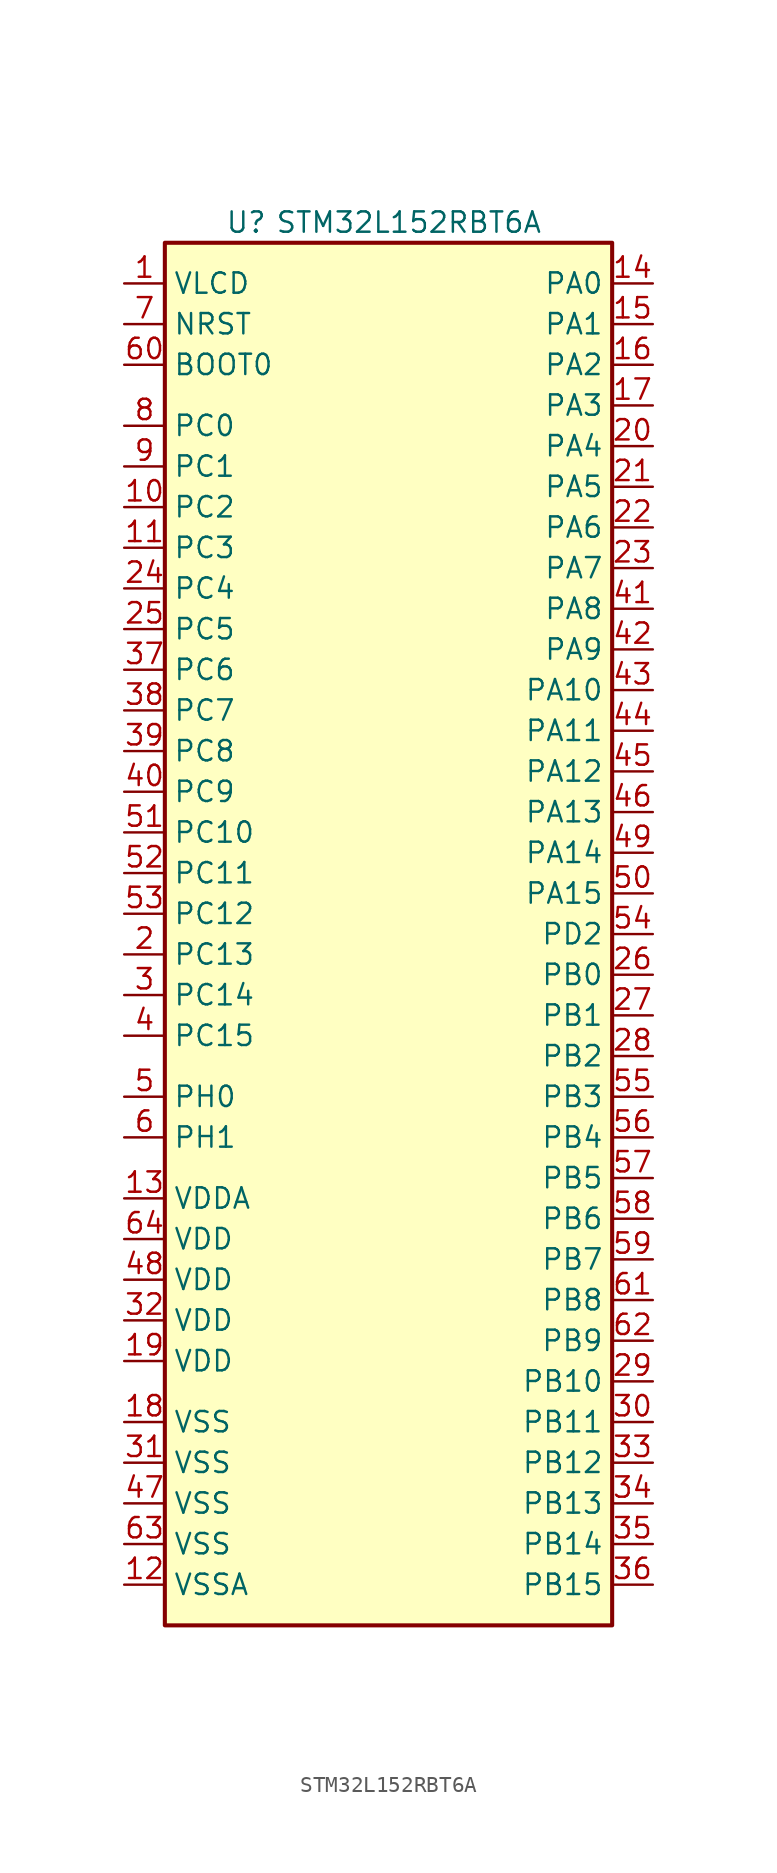
<source format=kicad_sym>
(kicad_symbol_lib
  (version 20211014)
  (generator kicad_symbol_editor)
  (symbol "STM32L152RBT6A"
    (property "Reference" "U"
      (at -8.89 41.91 0)
      (effects (font (size 1.27 1.27))))
    (property "Value" "STM32L152RBT6A"
      (at 1.27 41.91 0)
      (effects (font (size 1.27 1.27))))
    (symbol "STM32L152RBT6A_0_1"
      (rectangle (start -13.97 -45.72) (end 13.97 40.64) (stroke (width 0.254) (type default) (color 0 0 0 0)) (fill (type background))))
    (symbol "STM32L152RBT6A_1_1"
      (pin power_in line (at -16.51 38.1 0) (length 2.54) (name "VLCD" (effects (font (size 1.27 1.27)))) (number "1" (effects (font (size 1.27 1.27)))))
      (pin bidirectional line (at -16.51 24.13 0) (length 2.54) (name "PC2" (effects (font (size 1.27 1.27)))) (number "10" (effects (font (size 1.27 1.27)))))
      (pin bidirectional line (at -16.51 21.59 0) (length 2.54) (name "PC3" (effects (font (size 1.27 1.27)))) (number "11" (effects (font (size 1.27 1.27)))))
      (pin power_in line (at -16.51 -43.18 0) (length 2.54) (name "VSSA" (effects (font (size 1.27 1.27)))) (number "12" (effects (font (size 1.27 1.27)))))
      (pin power_in line (at -16.51 -19.05 0) (length 2.54) (name "VDDA" (effects (font (size 1.27 1.27)))) (number "13" (effects (font (size 1.27 1.27)))))
      (pin bidirectional line (at 16.51 38.1 180) (length 2.54) (name "PA0" (effects (font (size 1.27 1.27)))) (number "14" (effects (font (size 1.27 1.27)))))
      (pin bidirectional line (at 16.51 35.56 180) (length 2.54) (name "PA1" (effects (font (size 1.27 1.27)))) (number "15" (effects (font (size 1.27 1.27)))))
      (pin bidirectional line (at 16.51 33.02 180) (length 2.54) (name "PA2" (effects (font (size 1.27 1.27)))) (number "16" (effects (font (size 1.27 1.27)))))
      (pin bidirectional line (at 16.51 30.48 180) (length 2.54) (name "PA3" (effects (font (size 1.27 1.27)))) (number "17" (effects (font (size 1.27 1.27)))))
      (pin power_in line (at -16.51 -33.02 0) (length 2.54) (name "VSS" (effects (font (size 1.27 1.27)))) (number "18" (effects (font (size 1.27 1.27)))))
      (pin power_in line (at -16.51 -29.21 0) (length 2.54) (name "VDD" (effects (font (size 1.27 1.27)))) (number "19" (effects (font (size 1.27 1.27)))))
      (pin bidirectional line (at -16.51 -3.81 0) (length 2.54) (name "PC13" (effects (font (size 1.27 1.27)))) (number "2" (effects (font (size 1.27 1.27)))))
      (pin bidirectional line (at 16.51 27.94 180) (length 2.54) (name "PA4" (effects (font (size 1.27 1.27)))) (number "20" (effects (font (size 1.27 1.27)))))
      (pin bidirectional line (at 16.51 25.4 180) (length 2.54) (name "PA5" (effects (font (size 1.27 1.27)))) (number "21" (effects (font (size 1.27 1.27)))))
      (pin bidirectional line (at 16.51 22.86 180) (length 2.54) (name "PA6" (effects (font (size 1.27 1.27)))) (number "22" (effects (font (size 1.27 1.27)))))
      (pin bidirectional line (at 16.51 20.32 180) (length 2.54) (name "PA7" (effects (font (size 1.27 1.27)))) (number "23" (effects (font (size 1.27 1.27)))))
      (pin bidirectional line (at -16.51 19.05 0) (length 2.54) (name "PC4" (effects (font (size 1.27 1.27)))) (number "24" (effects (font (size 1.27 1.27)))))
      (pin bidirectional line (at -16.51 16.51 0) (length 2.54) (name "PC5" (effects (font (size 1.27 1.27)))) (number "25" (effects (font (size 1.27 1.27)))))
      (pin bidirectional line (at 16.51 -5.08 180) (length 2.54) (name "PB0" (effects (font (size 1.27 1.27)))) (number "26" (effects (font (size 1.27 1.27)))))
      (pin bidirectional line (at 16.51 -7.62 180) (length 2.54) (name "PB1" (effects (font (size 1.27 1.27)))) (number "27" (effects (font (size 1.27 1.27)))))
      (pin bidirectional line (at 16.51 -10.16 180) (length 2.54) (name "PB2" (effects (font (size 1.27 1.27)))) (number "28" (effects (font (size 1.27 1.27)))))
      (pin bidirectional line (at 16.51 -30.48 180) (length 2.54) (name "PB10" (effects (font (size 1.27 1.27)))) (number "29" (effects (font (size 1.27 1.27)))))
      (pin bidirectional line (at -16.51 -6.35 0) (length 2.54) (name "PC14" (effects (font (size 1.27 1.27)))) (number "3" (effects (font (size 1.27 1.27)))))
      (pin bidirectional line (at 16.51 -33.02 180) (length 2.54) (name "PB11" (effects (font (size 1.27 1.27)))) (number "30" (effects (font (size 1.27 1.27)))))
      (pin power_in line (at -16.51 -35.56 0) (length 2.54) (name "VSS" (effects (font (size 1.27 1.27)))) (number "31" (effects (font (size 1.27 1.27)))))
      (pin power_in line (at -16.51 -26.67 0) (length 2.54) (name "VDD" (effects (font (size 1.27 1.27)))) (number "32" (effects (font (size 1.27 1.27)))))
      (pin bidirectional line (at 16.51 -35.56 180) (length 2.54) (name "PB12" (effects (font (size 1.27 1.27)))) (number "33" (effects (font (size 1.27 1.27)))))
      (pin bidirectional line (at 16.51 -38.1 180) (length 2.54) (name "PB13" (effects (font (size 1.27 1.27)))) (number "34" (effects (font (size 1.27 1.27)))))
      (pin bidirectional line (at 16.51 -40.64 180) (length 2.54) (name "PB14" (effects (font (size 1.27 1.27)))) (number "35" (effects (font (size 1.27 1.27)))))
      (pin bidirectional line (at 16.51 -43.18 180) (length 2.54) (name "PB15" (effects (font (size 1.27 1.27)))) (number "36" (effects (font (size 1.27 1.27)))))
      (pin bidirectional line (at -16.51 13.97 0) (length 2.54) (name "PC6" (effects (font (size 1.27 1.27)))) (number "37" (effects (font (size 1.27 1.27)))))
      (pin bidirectional line (at -16.51 11.43 0) (length 2.54) (name "PC7" (effects (font (size 1.27 1.27)))) (number "38" (effects (font (size 1.27 1.27)))))
      (pin bidirectional line (at -16.51 8.89 0) (length 2.54) (name "PC8" (effects (font (size 1.27 1.27)))) (number "39" (effects (font (size 1.27 1.27)))))
      (pin bidirectional line (at -16.51 -8.89 0) (length 2.54) (name "PC15" (effects (font (size 1.27 1.27)))) (number "4" (effects (font (size 1.27 1.27)))))
      (pin bidirectional line (at -16.51 6.35 0) (length 2.54) (name "PC9" (effects (font (size 1.27 1.27)))) (number "40" (effects (font (size 1.27 1.27)))))
      (pin bidirectional line (at 16.51 17.78 180) (length 2.54) (name "PA8" (effects (font (size 1.27 1.27)))) (number "41" (effects (font (size 1.27 1.27)))))
      (pin bidirectional line (at 16.51 15.24 180) (length 2.54) (name "PA9" (effects (font (size 1.27 1.27)))) (number "42" (effects (font (size 1.27 1.27)))))
      (pin bidirectional line (at 16.51 12.7 180) (length 2.54) (name "PA10" (effects (font (size 1.27 1.27)))) (number "43" (effects (font (size 1.27 1.27)))))
      (pin bidirectional line (at 16.51 10.16 180) (length 2.54) (name "PA11" (effects (font (size 1.27 1.27)))) (number "44" (effects (font (size 1.27 1.27)))))
      (pin bidirectional line (at 16.51 7.62 180) (length 2.54) (name "PA12" (effects (font (size 1.27 1.27)))) (number "45" (effects (font (size 1.27 1.27)))))
      (pin bidirectional line (at 16.51 5.08 180) (length 2.54) (name "PA13" (effects (font (size 1.27 1.27)))) (number "46" (effects (font (size 1.27 1.27)))))
      (pin power_in line (at -16.51 -38.1 0) (length 2.54) (name "VSS" (effects (font (size 1.27 1.27)))) (number "47" (effects (font (size 1.27 1.27)))))
      (pin power_in line (at -16.51 -24.13 0) (length 2.54) (name "VDD" (effects (font (size 1.27 1.27)))) (number "48" (effects (font (size 1.27 1.27)))))
      (pin bidirectional line (at 16.51 2.54 180) (length 2.54) (name "PA14" (effects (font (size 1.27 1.27)))) (number "49" (effects (font (size 1.27 1.27)))))
      (pin input line (at -16.51 -12.7 0) (length 2.54) (name "PH0" (effects (font (size 1.27 1.27)))) (number "5" (effects (font (size 1.27 1.27)))))
      (pin bidirectional line (at 16.51 0 180) (length 2.54) (name "PA15" (effects (font (size 1.27 1.27)))) (number "50" (effects (font (size 1.27 1.27)))))
      (pin bidirectional line (at -16.51 3.81 0) (length 2.54) (name "PC10" (effects (font (size 1.27 1.27)))) (number "51" (effects (font (size 1.27 1.27)))))
      (pin bidirectional line (at -16.51 1.27 0) (length 2.54) (name "PC11" (effects (font (size 1.27 1.27)))) (number "52" (effects (font (size 1.27 1.27)))))
      (pin bidirectional line (at -16.51 -1.27 0) (length 2.54) (name "PC12" (effects (font (size 1.27 1.27)))) (number "53" (effects (font (size 1.27 1.27)))))
      (pin bidirectional line (at 16.51 -2.54 180) (length 2.54) (name "PD2" (effects (font (size 1.27 1.27)))) (number "54" (effects (font (size 1.27 1.27)))))
      (pin bidirectional line (at 16.51 -12.7 180) (length 2.54) (name "PB3" (effects (font (size 1.27 1.27)))) (number "55" (effects (font (size 1.27 1.27)))))
      (pin bidirectional line (at 16.51 -15.24 180) (length 2.54) (name "PB4" (effects (font (size 1.27 1.27)))) (number "56" (effects (font (size 1.27 1.27)))))
      (pin bidirectional line (at 16.51 -17.78 180) (length 2.54) (name "PB5" (effects (font (size 1.27 1.27)))) (number "57" (effects (font (size 1.27 1.27)))))
      (pin bidirectional line (at 16.51 -20.32 180) (length 2.54) (name "PB6" (effects (font (size 1.27 1.27)))) (number "58" (effects (font (size 1.27 1.27)))))
      (pin bidirectional line (at 16.51 -22.86 180) (length 2.54) (name "PB7" (effects (font (size 1.27 1.27)))) (number "59" (effects (font (size 1.27 1.27)))))
      (pin input line (at -16.51 -15.24 0) (length 2.54) (name "PH1" (effects (font (size 1.27 1.27)))) (number "6" (effects (font (size 1.27 1.27)))))
      (pin input line (at -16.51 33.02 0) (length 2.54) (name "BOOT0" (effects (font (size 1.27 1.27)))) (number "60" (effects (font (size 1.27 1.27)))))
      (pin bidirectional line (at 16.51 -25.4 180) (length 2.54) (name "PB8" (effects (font (size 1.27 1.27)))) (number "61" (effects (font (size 1.27 1.27)))))
      (pin bidirectional line (at 16.51 -27.94 180) (length 2.54) (name "PB9" (effects (font (size 1.27 1.27)))) (number "62" (effects (font (size 1.27 1.27)))))
      (pin power_in line (at -16.51 -40.64 0) (length 2.54) (name "VSS" (effects (font (size 1.27 1.27)))) (number "63" (effects (font (size 1.27 1.27)))))
      (pin power_in line (at -16.51 -21.59 0) (length 2.54) (name "VDD" (effects (font (size 1.27 1.27)))) (number "64" (effects (font (size 1.27 1.27)))))
      (pin input line (at -16.51 35.56 0) (length 2.54) (name "NRST" (effects (font (size 1.27 1.27)))) (number "7" (effects (font (size 1.27 1.27)))))
      (pin bidirectional line (at -16.51 29.21 0) (length 2.54) (name "PC0" (effects (font (size 1.27 1.27)))) (number "8" (effects (font (size 1.27 1.27)))))
      (pin bidirectional line (at -16.51 26.67 0) (length 2.54) (name "PC1" (effects (font (size 1.27 1.27)))) (number "9" (effects (font (size 1.27 1.27))))))))
</source>
